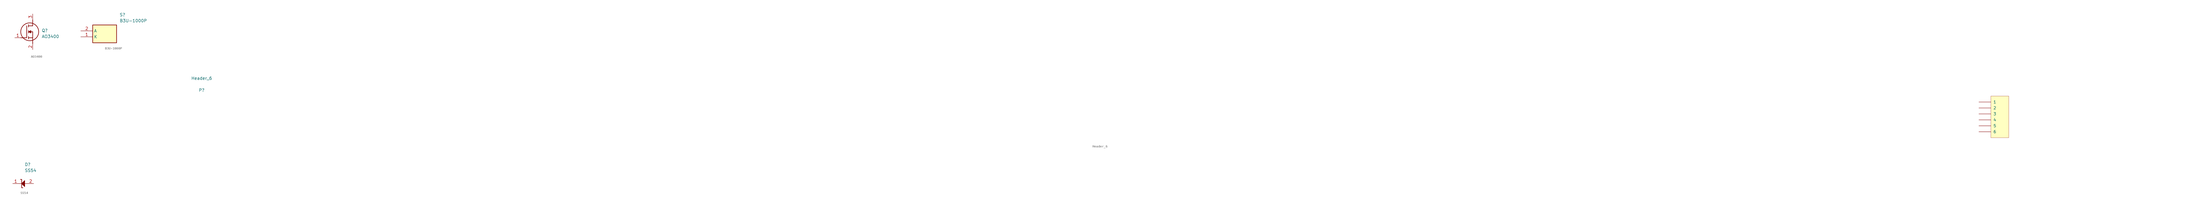
<source format=kicad_sym>
(kicad_symbol_lib
  (version 20231120)
  (generator "kicad_symbol_editor")
  (generator_version "8.0")
  (symbol "AO3400"
    (pin_names hide)
    (property "Reference" "Q"
      (at 11.43 3.81 0)
      (effects (font (size 1.27 1.27)) (justify left top)))
    (property "Value" "AO3400"
      (at 11.43 1.27 0)
      (effects (font (size 1.27 1.27)) (justify left top)))
    (symbol "AO3400_1_1"
      (polyline (pts (xy 2.54 0) (xy 5.08 0)) (stroke (width 0.254) (type default)) (fill (type none)))
      (polyline (pts (xy 5.08 5.08) (xy 5.08 0)) (stroke (width 0.254) (type default)) (fill (type none)))
      (polyline (pts (xy 5.842 -0.508) (xy 5.842 0.508)) (stroke (width 0.254) (type default)) (fill (type none)))
      (polyline (pts (xy 5.842 0) (xy 7.62 0)) (stroke (width 0.254) (type default)) (fill (type none)))
      (polyline (pts (xy 5.842 2.032) (xy 5.842 3.048)) (stroke (width 0.254) (type default)) (fill (type none)))
      (polyline (pts (xy 5.842 5.588) (xy 5.842 4.572)) (stroke (width 0.254) (type default)) (fill (type none)))
      (polyline (pts (xy 7.62 2.54) (xy 5.842 2.54)) (stroke (width 0.254) (type default)) (fill (type none)))
      (polyline (pts (xy 7.62 2.54) (xy 7.62 -2.54)) (stroke (width 0.254) (type default)) (fill (type none)))
      (polyline (pts (xy 7.62 5.08) (xy 5.842 5.08)) (stroke (width 0.254) (type default)) (fill (type none)))
      (polyline (pts (xy 7.62 5.08) (xy 7.62 7.62)) (stroke (width 0.254) (type default)) (fill (type none)))
      (polyline (pts (xy 5.842 2.54) (xy 6.858 3.048) (xy 6.858 2.032) (xy 5.842 2.54)) (stroke (width 0.254) (type default)) (fill (type outline)))
      (circle (center 6.35 2.54) (radius 3.81) (stroke (width 0.254) (type default)) (fill (type none)))
      (pin passive line (at 0 0 0) (length 2.54) (name "G" (effects (font (size 1.27 1.27)))) (number "1" (effects (font (size 1.27 1.27)))))
      (pin passive line (at 7.62 -5.08 90) (length 2.54) (name "S" (effects (font (size 1.27 1.27)))) (number "2" (effects (font (size 1.27 1.27)))))
      (pin passive line (at 7.62 10.16 270) (length 2.54) (name "D" (effects (font (size 1.27 1.27)))) (number "3" (effects (font (size 1.27 1.27)))))))
  (symbol "B3U-1000P"
    (property "Reference" "S"
      (at 16.51 7.62 0)
      (effects (font (size 1.27 1.27)) (justify left top)))
    (property "Value" "B3U-1000P"
      (at 16.51 5.08 0)
      (effects (font (size 1.27 1.27)) (justify left top)))
    (symbol "B3U-1000P_1_1"
      (rectangle (start 5.08 2.54) (end 15.24 -5.08) (stroke (width 0.254) (type default)) (fill (type background)))
      (pin passive line (at 0 -2.54 0) (length 5.08) (name "K" (effects (font (size 1.27 1.27)))) (number "1" (effects (font (size 1.27 1.27)))))
      (pin passive line (at 0 0 0) (length 5.08) (name "A" (effects (font (size 1.27 1.27)))) (number "2" (effects (font (size 1.27 1.27)))))))
  (symbol "Header_6"
    (pin_numbers hide)
    (pin_names
      (offset 1.016))
    (property "Reference" "P"
      (at 0 -1004.849 0)
      (effects (font (size 1.27 1.27))))
    (property "Value" "Header_6"
      (at 0 -999.769 0)
      (effects (font (size 1.27 1.27))))
    (symbol "Header_6_1_1"
      (rectangle (start 760.222 -1007.364) (end 767.842 -1025.144) (stroke (width 0.076) (type solid)) (fill (type background)))
      (pin input line (at 755.142 -1009.904 0) (length 5.08) (name "1" (effects (font (size 1.168 1.168)))) (number "1" (effects (font (size 1.168 1.168)))))
      (pin input line (at 755.142 -1012.444 0) (length 5.08) (name "2" (effects (font (size 1.168 1.168)))) (number "2" (effects (font (size 1.168 1.168)))))
      (pin input line (at 755.142 -1014.984 0) (length 5.08) (name "3" (effects (font (size 1.168 1.168)))) (number "3" (effects (font (size 1.168 1.168)))))
      (pin input line (at 755.142 -1017.524 0) (length 5.08) (name "4" (effects (font (size 1.168 1.168)))) (number "4" (effects (font (size 1.168 1.168)))))
      (pin input line (at 755.142 -1020.064 0) (length 5.08) (name "5" (effects (font (size 1.168 1.168)))) (number "5" (effects (font (size 1.168 1.168)))))
      (pin input line (at 755.142 -1022.604 0) (length 5.08) (name "6" (effects (font (size 1.168 1.168)))) (number "6" (effects (font (size 1.168 1.168)))))))
  (symbol "SS54"
    (pin_names hide)
    (property "Reference" "D"
      (at 12.7 8.89 0)
      (effects (font (size 1.27 1.27)) (justify left top)))
    (property "Value" "SS54"
      (at 12.7 6.35 0)
      (effects (font (size 1.27 1.27)) (justify left top)))
    (symbol "SS54_0_1"
      (polyline (pts (xy 10.16 0) (xy 11.43 0)) (stroke (width 0) (type default)) (fill (type none)))
      (polyline (pts (xy 11.43 1.778) (xy 10.922 1.778)) (stroke (width 0.254) (type default)) (fill (type none)))
      (polyline (pts (xy 11.938 -1.778) (xy 11.43 -1.778)) (stroke (width 0.254) (type default)) (fill (type none)))
      (polyline (pts (xy 12.7 0) (xy 13.97 0)) (stroke (width 0) (type default)) (fill (type none))))
    (symbol "SS54_1_1"
      (polyline (pts (xy 11.43 1.778) (xy 11.43 -1.778)) (stroke (width 0.254) (type default)) (fill (type none)))
      (polyline (pts (xy 11.43 0) (xy 12.7 1.27) (xy 12.7 -1.27) (xy 11.43 0)) (stroke (width 0.254) (type default)) (fill (type outline)))
      (pin passive line (at 7.62 0 0) (length 2.54) (name "K" (effects (font (size 1.27 1.27)))) (number "1" (effects (font (size 1.27 1.27)))))
      (pin passive line (at 16.51 0 180) (length 2.54) (name "A" (effects (font (size 1.27 1.27)))) (number "2" (effects (font (size 1.27 1.27))))))))
</source>
